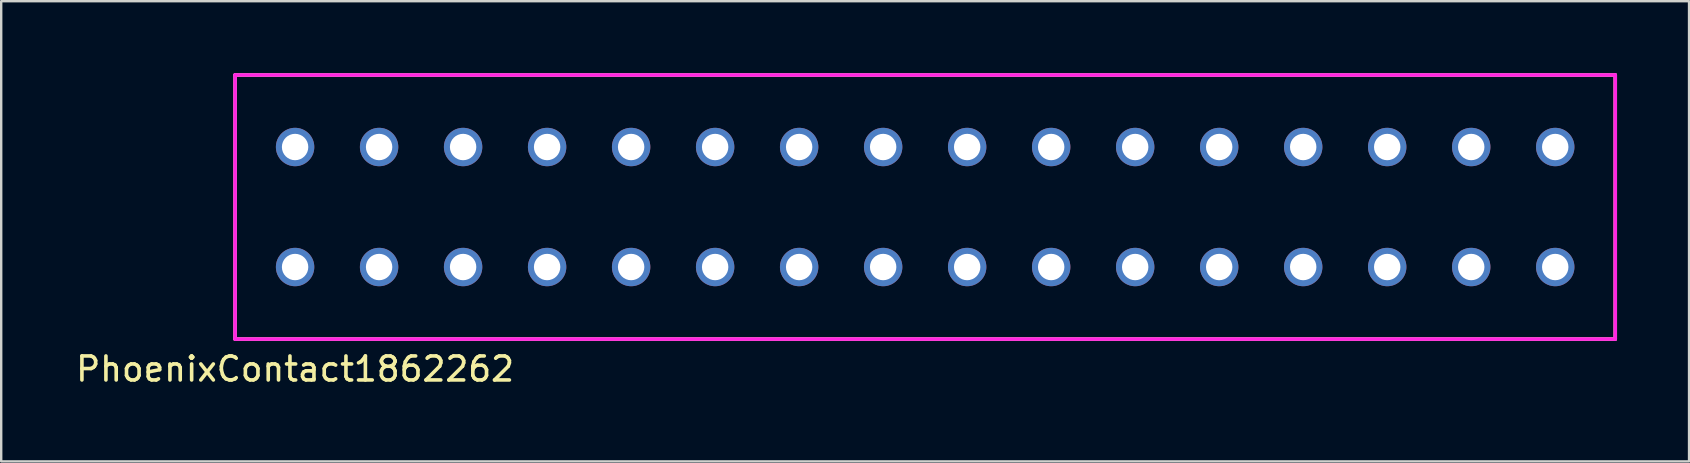
<source format=kicad_pcb>
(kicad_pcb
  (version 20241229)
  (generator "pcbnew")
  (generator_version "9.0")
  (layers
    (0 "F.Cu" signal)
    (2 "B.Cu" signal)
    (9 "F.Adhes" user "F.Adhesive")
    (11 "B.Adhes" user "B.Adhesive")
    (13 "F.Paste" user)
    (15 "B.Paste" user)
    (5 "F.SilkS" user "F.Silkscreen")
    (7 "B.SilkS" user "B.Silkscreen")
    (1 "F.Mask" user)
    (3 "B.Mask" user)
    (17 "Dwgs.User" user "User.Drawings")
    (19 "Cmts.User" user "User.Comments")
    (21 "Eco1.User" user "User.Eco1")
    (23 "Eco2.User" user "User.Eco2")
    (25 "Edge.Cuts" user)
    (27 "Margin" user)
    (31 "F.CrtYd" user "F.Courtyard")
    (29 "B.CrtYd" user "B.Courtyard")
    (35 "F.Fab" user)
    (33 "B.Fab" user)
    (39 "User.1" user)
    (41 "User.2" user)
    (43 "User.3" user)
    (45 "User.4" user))
  (footprint "PhoenixContact1862262"
    (layer "F.Cu")
    (at 35.494 5.575)
    (property "Reference" "PhoenixContact1862262" (at -26.25 6.75 0) (layer "F.SilkS") (effects (font (size 1 1) (thickness 0.15))))
    (attr through_hole)
    (fp_line (start -28.75 -5.5) (end 28.75 -5.5) (stroke (width 0.15) (type solid)) (layer "F.SilkS"))
    (fp_line (start -28.75 5.5) (end -28.75 -5.5) (stroke (width 0.15) (type solid)) (layer "F.SilkS"))
    (fp_line (start 28.75 -5.5) (end 28.75 5.5) (stroke (width 0.15) (type solid)) (layer "F.SilkS"))
    (fp_line (start 28.75 5.5) (end -28.75 5.5) (stroke (width 0.15) (type solid)) (layer "F.SilkS"))
    (fp_line (start -28.75 -5.5) (end 28.75 -5.5) (stroke (width 0.15) (type solid)) (layer "F.CrtYd"))
    (fp_line (start -28.75 5.5) (end -28.75 -5.5) (stroke (width 0.15) (type solid)) (layer "F.CrtYd"))
    (fp_line (start 28.75 -5.5) (end 28.75 5.5) (stroke (width 0.15) (type solid)) (layer "F.CrtYd"))
    (fp_line (start 28.75 5.5) (end -28.75 5.5) (stroke (width 0.15) (type solid)) (layer "F.CrtYd"))
    (pad "1" thru_hole circle (at -26.25 -2.5) (size 1.6 1.6) (drill 1.1) (layers "*.Cu" "*.Mask"))
    (pad "1" thru_hole circle (at -26.25 2.5) (size 1.6 1.6) (drill 1.1) (layers "*.Cu" "*.Mask"))
    (pad "2" thru_hole circle (at -22.75 -2.5) (size 1.6 1.6) (drill 1.1) (layers "*.Cu" "*.Mask"))
    (pad "2" thru_hole circle (at -22.75 2.5) (size 1.6 1.6) (drill 1.1) (layers "*.Cu" "*.Mask"))
    (pad "3" thru_hole circle (at -19.25 -2.5) (size 1.6 1.6) (drill 1.1) (layers "*.Cu" "*.Mask"))
    (pad "3" thru_hole circle (at -19.25 2.5) (size 1.6 1.6) (drill 1.1) (layers "*.Cu" "*.Mask"))
    (pad "4" thru_hole circle (at -15.75 -2.5) (size 1.6 1.6) (drill 1.1) (layers "*.Cu" "*.Mask"))
    (pad "4" thru_hole circle (at -15.75 2.5) (size 1.6 1.6) (drill 1.1) (layers "*.Cu" "*.Mask"))
    (pad "5" thru_hole circle (at -12.25 -2.5) (size 1.6 1.6) (drill 1.1) (layers "*.Cu" "*.Mask"))
    (pad "5" thru_hole circle (at -12.25 2.5) (size 1.6 1.6) (drill 1.1) (layers "*.Cu" "*.Mask"))
    (pad "6" thru_hole circle (at -8.75 -2.5) (size 1.6 1.6) (drill 1.1) (layers "*.Cu" "*.Mask"))
    (pad "6" thru_hole circle (at -8.75 2.5) (size 1.6 1.6) (drill 1.1) (layers "*.Cu" "*.Mask"))
    (pad "7" thru_hole circle (at -5.25 -2.5) (size 1.6 1.6) (drill 1.1) (layers "*.Cu" "*.Mask"))
    (pad "7" thru_hole circle (at -5.25 2.5) (size 1.6 1.6) (drill 1.1) (layers "*.Cu" "*.Mask"))
    (pad "8" thru_hole circle (at -1.75 -2.5) (size 1.6 1.6) (drill 1.1) (layers "*.Cu" "*.Mask"))
    (pad "8" thru_hole circle (at -1.75 2.5) (size 1.6 1.6) (drill 1.1) (layers "*.Cu" "*.Mask"))
    (pad "9" thru_hole circle (at 1.75 -2.5) (size 1.6 1.6) (drill 1.1) (layers "*.Cu" "*.Mask"))
    (pad "9" thru_hole circle (at 1.75 2.5) (size 1.6 1.6) (drill 1.1) (layers "*.Cu" "*.Mask"))
    (pad "10" thru_hole circle (at 5.25 -2.5) (size 1.6 1.6) (drill 1.1) (layers "*.Cu" "*.Mask"))
    (pad "10" thru_hole circle (at 5.25 2.5) (size 1.6 1.6) (drill 1.1) (layers "*.Cu" "*.Mask"))
    (pad "11" thru_hole circle (at 8.75 -2.5) (size 1.6 1.6) (drill 1.1) (layers "*.Cu" "*.Mask"))
    (pad "11" thru_hole circle (at 8.75 2.5) (size 1.6 1.6) (drill 1.1) (layers "*.Cu" "*.Mask"))
    (pad "12" thru_hole circle (at 12.25 -2.5) (size 1.6 1.6) (drill 1.1) (layers "*.Cu" "*.Mask"))
    (pad "12" thru_hole circle (at 12.25 2.5) (size 1.6 1.6) (drill 1.1) (layers "*.Cu" "*.Mask"))
    (pad "13" thru_hole circle (at 15.75 -2.5) (size 1.6 1.6) (drill 1.1) (layers "*.Cu" "*.Mask"))
    (pad "13" thru_hole circle (at 15.75 2.5) (size 1.6 1.6) (drill 1.1) (layers "*.Cu" "*.Mask"))
    (pad "14" thru_hole circle (at 19.25 -2.5) (size 1.6 1.6) (drill 1.1) (layers "*.Cu" "*.Mask"))
    (pad "14" thru_hole circle (at 19.25 2.5) (size 1.6 1.6) (drill 1.1) (layers "*.Cu" "*.Mask"))
    (pad "15" thru_hole circle (at 22.75 -2.5) (size 1.6 1.6) (drill 1.1) (layers "*.Cu" "*.Mask"))
    (pad "15" thru_hole circle (at 22.75 2.5) (size 1.6 1.6) (drill 1.1) (layers "*.Cu" "*.Mask"))
    (pad "16" thru_hole circle (at 26.25 -2.5) (size 1.6 1.6) (drill 1.1) (layers "*.Cu" "*.Mask"))
    (pad "16" thru_hole circle (at 26.25 2.5) (size 1.6 1.6) (drill 1.1) (layers "*.Cu" "*.Mask")))
  (gr_rect
    (start -3 -3)
    (end 67.319 16.173)
    (stroke (width 0.1) (type default))
    (fill no)
    (layer "Edge.Cuts")))
</source>
